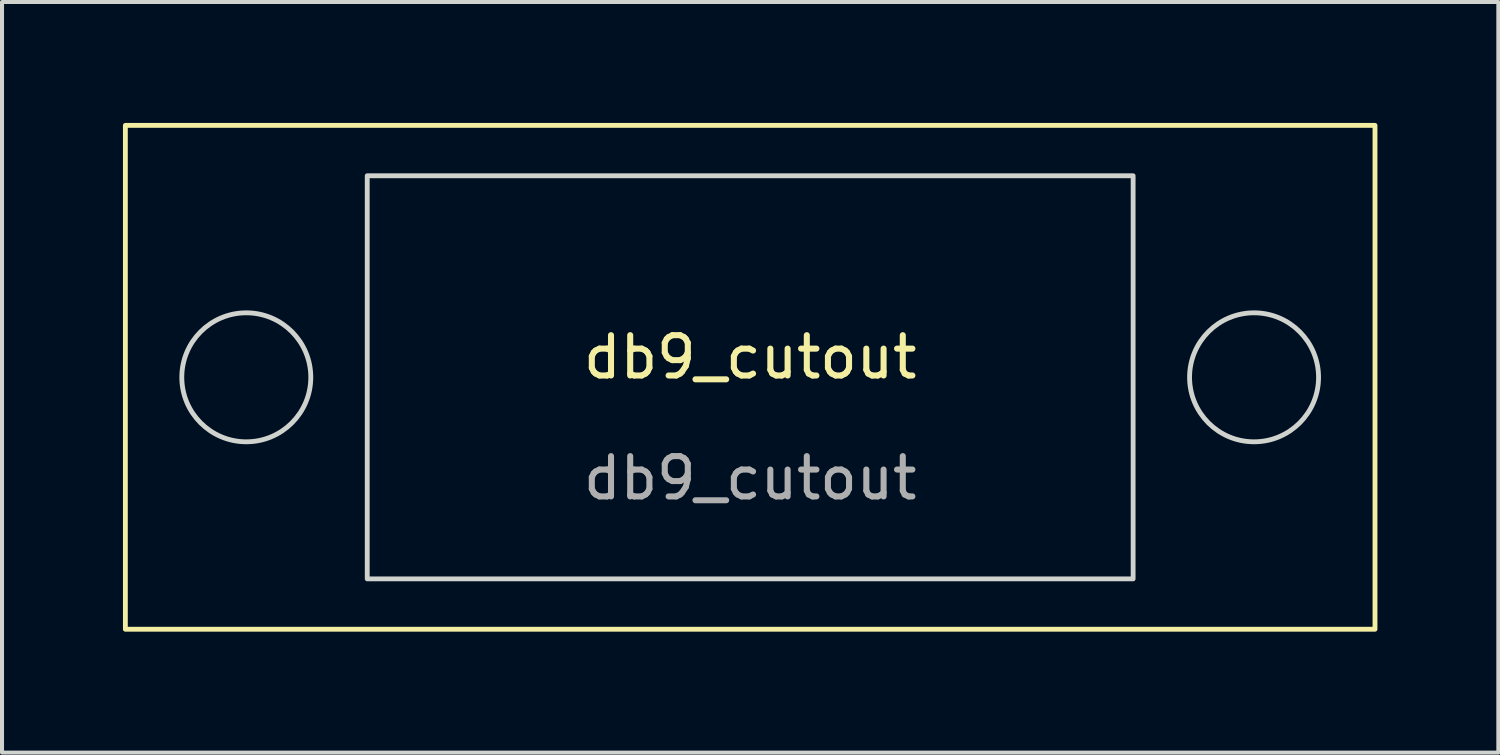
<source format=kicad_pcb>
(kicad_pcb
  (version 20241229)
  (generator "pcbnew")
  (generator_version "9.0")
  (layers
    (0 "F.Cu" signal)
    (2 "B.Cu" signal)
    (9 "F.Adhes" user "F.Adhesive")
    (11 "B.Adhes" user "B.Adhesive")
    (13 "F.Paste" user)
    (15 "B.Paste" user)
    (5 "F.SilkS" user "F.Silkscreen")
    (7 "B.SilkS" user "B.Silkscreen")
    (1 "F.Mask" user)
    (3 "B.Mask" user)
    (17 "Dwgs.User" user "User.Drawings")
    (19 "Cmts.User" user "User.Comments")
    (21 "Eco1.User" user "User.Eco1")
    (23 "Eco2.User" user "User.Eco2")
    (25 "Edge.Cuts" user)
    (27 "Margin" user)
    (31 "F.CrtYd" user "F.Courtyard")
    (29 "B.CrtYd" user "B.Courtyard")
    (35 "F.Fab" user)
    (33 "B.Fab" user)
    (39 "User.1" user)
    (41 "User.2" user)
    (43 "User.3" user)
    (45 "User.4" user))
  (footprint "db9_cutout"
    (layer "F.Cu")
    (at 15.56 6.31)
    (property "Reference" "db9_cutout" (at 0 -0.5 0) (unlocked yes) (layer "F.SilkS") (effects (font (size 1 1) (thickness 0.15))))
    (attr smd)
    (fp_rect (start -15.5 -6.25) (end 15.5 6.25) (stroke (width 0.12) (type solid)) (fill no) (layer "F.SilkS"))
    (fp_rect (start -9.5 -5) (end 9.5 5) (stroke (width 0.12) (type solid)) (fill no) (layer "Edge.Cuts"))
    (fp_circle (center -12.5 0) (end -10.9 0) (stroke (width 0.12) (type solid)) (fill no) (layer "Edge.Cuts"))
    (fp_circle (center 12.5 0) (end 14.1 0) (stroke (width 0.12) (type solid)) (fill no) (layer "Edge.Cuts"))
    (fp_text user "${REFERENCE}" (at 0 2.5 0) (unlocked yes) (layer "F.Fab") (effects (font (size 1 1) (thickness 0.15)))))
  (gr_rect
    (start -3 -3)
    (end 34.12 15.62)
    (stroke (width 0.1) (type default))
    (fill no)
    (layer "Edge.Cuts")))
</source>
